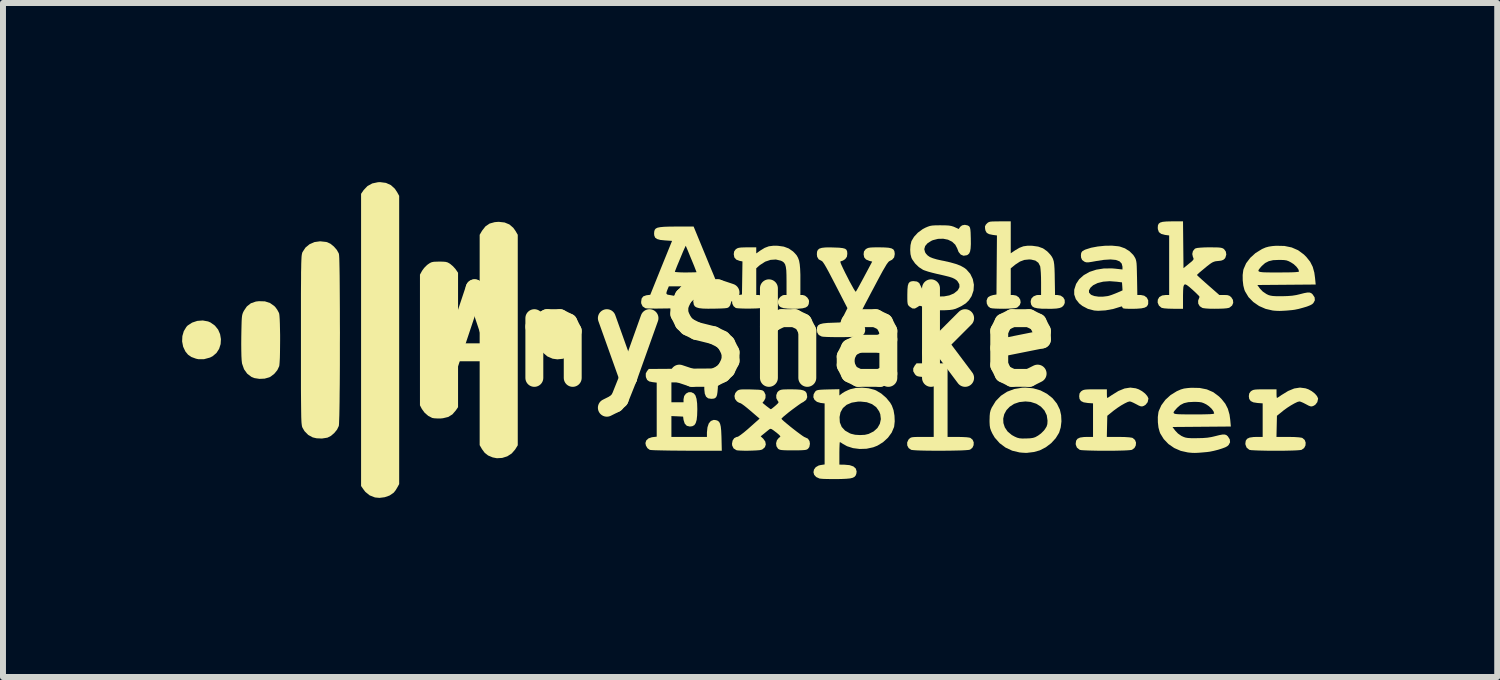
<source format=kicad_pcb>
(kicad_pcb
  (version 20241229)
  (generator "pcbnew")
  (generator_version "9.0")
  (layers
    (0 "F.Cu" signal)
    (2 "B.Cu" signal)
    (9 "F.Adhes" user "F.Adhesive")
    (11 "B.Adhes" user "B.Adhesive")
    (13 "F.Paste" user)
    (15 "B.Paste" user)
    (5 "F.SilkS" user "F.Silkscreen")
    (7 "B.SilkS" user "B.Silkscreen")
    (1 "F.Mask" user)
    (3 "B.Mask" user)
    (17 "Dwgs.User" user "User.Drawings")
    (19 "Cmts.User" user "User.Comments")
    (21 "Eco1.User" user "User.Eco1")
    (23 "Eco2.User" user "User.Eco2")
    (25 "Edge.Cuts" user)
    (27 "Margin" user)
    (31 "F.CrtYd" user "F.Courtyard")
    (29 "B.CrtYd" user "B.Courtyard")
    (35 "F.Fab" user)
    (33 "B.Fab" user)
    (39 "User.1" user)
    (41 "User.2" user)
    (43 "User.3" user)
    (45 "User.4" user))
  (footprint "AnyShake"
    (layer "F.Cu")
    (at 9.47 2.6)
    (property "Reference" "AnyShake" (at 0 0 0) (layer "F.SilkS") (effects (font (size 1.5 1.5) (thickness 0.3))))
    (attr board_only exclude_from_pos_files exclude_from_bom)
    (fp_poly (pts (xy -4.069 -1.924) (xy -3.989 -1.891) (xy -3.924 -1.835) (xy -3.889 -1.786) (xy -3.849 -1.718) (xy -3.849 0.045) (xy -3.849 1.807) (xy -3.893 1.878) (xy -3.95 1.944) (xy -4.024 1.992) (xy -4.11 2.019) (xy -4.199 2.024) (xy -4.27 2.01) (xy -4.346 1.978) (xy -4.403 1.933) (xy -4.448 1.872) (xy -4.487 1.805) (xy -4.487 0.043) (xy -4.487 -1.718) (xy -4.447 -1.786) (xy -4.391 -1.858) (xy -4.321 -1.906) (xy -4.234 -1.93) (xy -4.168 -1.935)) (stroke (width 0) (type solid)) (fill yes) (layer "F.SilkS"))
    (fp_poly (pts (xy -9.036 -0.267) (xy -8.994 -0.249) (xy -8.921 -0.197) (xy -8.867 -0.13) (xy -8.834 -0.053) (xy -8.82 0.029) (xy -8.825 0.112) (xy -8.85 0.191) (xy -8.894 0.26) (xy -8.958 0.315) (xy -9.003 0.338) (xy -9.102 0.365) (xy -9.2 0.365) (xy -9.237 0.357) (xy -9.314 0.329) (xy -9.371 0.29) (xy -9.416 0.235) (xy -9.453 0.156) (xy -9.47 0.068) (xy -9.466 -0.021) (xy -9.442 -0.104) (xy -9.399 -0.175) (xy -9.378 -0.198) (xy -9.303 -0.247) (xy -9.216 -0.276) (xy -9.124 -0.283)) (stroke (width 0) (type solid)) (fill yes) (layer "F.SilkS"))
    (fp_poly (pts (xy -6.056 -2.587) (xy -5.974 -2.55) (xy -5.907 -2.489) (xy -5.867 -2.428) (xy -5.835 -2.37) (xy -5.835 0.043) (xy -5.835 2.457) (xy -5.867 2.515) (xy -5.894 2.56) (xy -5.924 2.598) (xy -5.932 2.605) (xy -5.997 2.649) (xy -6.078 2.677) (xy -6.165 2.688) (xy -6.24 2.681) (xy -6.329 2.646) (xy -6.401 2.588) (xy -6.431 2.549) (xy -6.473 2.489) (xy -6.473 0.042) (xy -6.473 -2.404) (xy -6.43 -2.467) (xy -6.366 -2.534) (xy -6.286 -2.578) (xy -6.192 -2.598) (xy -6.155 -2.6)) (stroke (width 0) (type solid)) (fill yes) (layer "F.SilkS"))
    (fp_poly (pts (xy -3.057 -0.262) (xy -2.982 -0.224) (xy -2.918 -0.168) (xy -2.872 -0.094) (xy -2.862 -0.068) (xy -2.846 0.021) (xy -2.853 0.113) (xy -2.882 0.199) (xy -2.931 0.271) (xy -2.945 0.286) (xy -3.014 0.331) (xy -3.097 0.359) (xy -3.186 0.368) (xy -3.265 0.357) (xy -3.353 0.319) (xy -3.422 0.26) (xy -3.465 0.196) (xy -3.483 0.153) (xy -3.491 0.11) (xy -3.493 0.056) (xy -3.492 0.022) (xy -3.487 -0.04) (xy -3.477 -0.083) (xy -3.46 -0.121) (xy -3.443 -0.147) (xy -3.381 -0.212) (xy -3.307 -0.256) (xy -3.224 -0.278) (xy -3.14 -0.28)) (stroke (width 0) (type solid)) (fill yes) (layer "F.SilkS"))
    (fp_poly (pts (xy -5.099 -1.268) (xy -5.055 -1.264) (xy -5.023 -1.255) (xy -4.994 -1.239) (xy -4.979 -1.229) (xy -4.934 -1.191) (xy -4.894 -1.147) (xy -4.886 -1.136) (xy -4.849 -1.082) (xy -4.849 0.043) (xy -4.849 1.169) (xy -4.886 1.223) (xy -4.944 1.29) (xy -5.014 1.333) (xy -5.101 1.354) (xy -5.139 1.358) (xy -5.197 1.358) (xy -5.249 1.355) (xy -5.282 1.349) (xy -5.348 1.315) (xy -5.409 1.262) (xy -5.455 1.199) (xy -5.487 1.138) (xy -5.487 0.043) (xy -5.487 -1.051) (xy -5.451 -1.116) (xy -5.416 -1.164) (xy -5.37 -1.21) (xy -5.352 -1.224) (xy -5.319 -1.246) (xy -5.29 -1.259) (xy -5.255 -1.266) (xy -5.206 -1.268) (xy -5.162 -1.269)) (stroke (width 0) (type solid)) (fill yes) (layer "F.SilkS"))
    (fp_poly (pts (xy -8.083 -0.603) (xy -7.999 -0.576) (xy -7.929 -0.527) (xy -7.91 -0.508) (xy -7.877 -0.463) (xy -7.851 -0.415) (xy -7.844 -0.396) (xy -7.84 -0.364) (xy -7.836 -0.307) (xy -7.833 -0.232) (xy -7.831 -0.142) (xy -7.829 -0.043) (xy -7.829 0.059) (xy -7.83 0.162) (xy -7.831 0.258) (xy -7.833 0.344) (xy -7.837 0.414) (xy -7.841 0.463) (xy -7.844 0.482) (xy -7.875 0.548) (xy -7.925 0.609) (xy -7.987 0.657) (xy -8.01 0.669) (xy -8.088 0.691) (xy -8.175 0.695) (xy -8.259 0.682) (xy -8.309 0.662) (xy -8.38 0.608) (xy -8.433 0.534) (xy -8.466 0.44) (xy -8.468 0.428) (xy -8.473 0.383) (xy -8.477 0.312) (xy -8.479 0.22) (xy -8.48 0.11) (xy -8.479 -0.014) (xy -8.477 -0.125) (xy -8.475 -0.211) (xy -8.473 -0.276) (xy -8.47 -0.325) (xy -8.466 -0.361) (xy -8.46 -0.388) (xy -8.452 -0.412) (xy -8.441 -0.434) (xy -8.438 -0.442) (xy -8.386 -0.518) (xy -8.319 -0.571) (xy -8.235 -0.6) (xy -8.183 -0.606)) (stroke (width 0) (type solid)) (fill yes) (layer "F.SilkS"))
    (fp_poly (pts (xy 3.349 1.051) (xy 3.349 1.667) (xy 3.522 1.667) (xy 3.597 1.669) (xy 3.662 1.672) (xy 3.71 1.678) (xy 3.732 1.684) (xy 3.769 1.715) (xy 3.787 1.758) (xy 3.785 1.806) (xy 3.764 1.85) (xy 3.726 1.88) (xy 3.702 1.885) (xy 3.654 1.889) (xy 3.585 1.893) (xy 3.5 1.895) (xy 3.404 1.897) (xy 3.301 1.898) (xy 3.195 1.898) (xy 3.09 1.898) (xy 2.991 1.897) (xy 2.902 1.895) (xy 2.828 1.892) (xy 2.773 1.888) (xy 2.741 1.884) (xy 2.739 1.883) (xy 2.697 1.854) (xy 2.674 1.811) (xy 2.672 1.761) (xy 2.693 1.714) (xy 2.703 1.703) (xy 2.719 1.688) (xy 2.736 1.678) (xy 2.761 1.672) (xy 2.797 1.669) (xy 2.852 1.667) (xy 2.928 1.667) (xy 3.117 1.667) (xy 3.117 1.169) (xy 3.117 0.67) (xy 2.977 0.664) (xy 2.912 0.661) (xy 2.869 0.656) (xy 2.841 0.649) (xy 2.821 0.637) (xy 2.803 0.618) (xy 2.774 0.568) (xy 2.774 0.519) (xy 2.799 0.473) (xy 2.829 0.435) (xy 3.089 0.435) (xy 3.349 0.435)) (stroke (width 0) (type solid)) (fill yes) (layer "F.SilkS"))
    (fp_poly (pts (xy -7.058 -1.598) (xy -7.039 -1.593) (xy -6.984 -1.567) (xy -6.928 -1.521) (xy -6.88 -1.466) (xy -6.848 -1.409) (xy -6.844 -1.396) (xy -6.841 -1.371) (xy -6.838 -1.32) (xy -6.836 -1.245) (xy -6.834 -1.148) (xy -6.832 -1.032) (xy -6.831 -0.9) (xy -6.83 -0.753) (xy -6.829 -0.595) (xy -6.828 -0.428) (xy -6.828 -0.255) (xy -6.827 -0.077) (xy -6.828 0.103) (xy -6.828 0.281) (xy -6.828 0.457) (xy -6.829 0.626) (xy -6.83 0.788) (xy -6.832 0.938) (xy -6.833 1.076) (xy -6.835 1.197) (xy -6.837 1.301) (xy -6.84 1.384) (xy -6.842 1.444) (xy -6.845 1.478) (xy -6.846 1.484) (xy -6.875 1.544) (xy -6.922 1.602) (xy -6.978 1.65) (xy -7.035 1.679) (xy -7.039 1.68) (xy -7.128 1.694) (xy -7.219 1.69) (xy -7.283 1.675) (xy -7.358 1.634) (xy -7.42 1.571) (xy -7.453 1.515) (xy -7.458 1.504) (xy -7.462 1.492) (xy -7.465 1.475) (xy -7.468 1.453) (xy -7.471 1.423) (xy -7.473 1.384) (xy -7.475 1.334) (xy -7.476 1.271) (xy -7.477 1.194) (xy -7.478 1.101) (xy -7.479 0.99) (xy -7.48 0.859) (xy -7.48 0.706) (xy -7.48 0.531) (xy -7.48 0.33) (xy -7.48 0.102) (xy -7.48 0.043) (xy -7.48 -0.191) (xy -7.48 -0.398) (xy -7.48 -0.58) (xy -7.48 -0.738) (xy -7.479 -0.874) (xy -7.478 -0.99) (xy -7.478 -1.088) (xy -7.476 -1.168) (xy -7.475 -1.234) (xy -7.473 -1.287) (xy -7.471 -1.329) (xy -7.469 -1.36) (xy -7.466 -1.384) (xy -7.462 -1.402) (xy -7.459 -1.416) (xy -7.454 -1.427) (xy -7.454 -1.428) (xy -7.404 -1.504) (xy -7.336 -1.56) (xy -7.253 -1.596) (xy -7.159 -1.609)) (stroke (width 0) (type solid)) (fill yes) (layer "F.SilkS"))
    (fp_poly (pts (xy 4.783 0.853) (xy 4.905 0.888) (xy 5.014 0.945) (xy 5.107 1.019) (xy 5.18 1.109) (xy 5.23 1.211) (xy 5.251 1.304) (xy 5.256 1.407) (xy 5.244 1.508) (xy 5.217 1.596) (xy 5.216 1.598) (xy 5.16 1.689) (xy 5.084 1.772) (xy 4.993 1.841) (xy 4.894 1.892) (xy 4.794 1.92) (xy 4.785 1.921) (xy 4.736 1.927) (xy 4.693 1.932) (xy 4.683 1.934) (xy 4.649 1.934) (xy 4.599 1.931) (xy 4.555 1.927) (xy 4.432 1.898) (xy 4.319 1.845) (xy 4.22 1.771) (xy 4.139 1.679) (xy 4.099 1.611) (xy 4.076 1.561) (xy 4.062 1.52) (xy 4.055 1.476) (xy 4.052 1.419) (xy 4.052 1.385) (xy 4.053 1.36) (xy 4.281 1.36) (xy 4.284 1.435) (xy 4.308 1.508) (xy 4.354 1.576) (xy 4.424 1.635) (xy 4.473 1.662) (xy 4.514 1.68) (xy 4.553 1.69) (xy 4.599 1.694) (xy 4.664 1.693) (xy 4.669 1.693) (xy 4.735 1.69) (xy 4.781 1.683) (xy 4.818 1.671) (xy 4.856 1.65) (xy 4.865 1.645) (xy 4.915 1.608) (xy 4.961 1.562) (xy 4.979 1.539) (xy 5.007 1.494) (xy 5.02 1.452) (xy 5.023 1.396) (xy 5.023 1.394) (xy 5.01 1.304) (xy 4.972 1.225) (xy 4.912 1.16) (xy 4.834 1.111) (xy 4.74 1.081) (xy 4.653 1.073) (xy 4.55 1.084) (xy 4.462 1.114) (xy 4.39 1.161) (xy 4.335 1.219) (xy 4.298 1.287) (xy 4.281 1.36) (xy 4.053 1.36) (xy 4.054 1.315) (xy 4.059 1.264) (xy 4.07 1.22) (xy 4.089 1.175) (xy 4.09 1.174) (xy 4.156 1.066) (xy 4.242 0.978) (xy 4.346 0.91) (xy 4.466 0.865) (xy 4.599 0.843) (xy 4.654 0.841)) (stroke (width 0) (type solid)) (fill yes) (layer "F.SilkS"))
    (fp_poly (pts (xy 6.501 0.853) (xy 6.55 0.87) (xy 6.606 0.901) (xy 6.656 0.94) (xy 6.693 0.982) (xy 6.712 1.02) (xy 6.712 1.029) (xy 6.7 1.085) (xy 6.665 1.129) (xy 6.636 1.147) (xy 6.609 1.156) (xy 6.585 1.155) (xy 6.553 1.143) (xy 6.508 1.119) (xy 6.461 1.095) (xy 6.422 1.078) (xy 6.4 1.073) (xy 6.367 1.081) (xy 6.317 1.105) (xy 6.257 1.139) (xy 6.193 1.181) (xy 6.13 1.227) (xy 6.118 1.237) (xy 6.024 1.313) (xy 6.02 1.49) (xy 6.016 1.667) (xy 6.215 1.667) (xy 6.317 1.669) (xy 6.392 1.674) (xy 6.439 1.681) (xy 6.451 1.686) (xy 6.488 1.718) (xy 6.505 1.762) (xy 6.501 1.81) (xy 6.479 1.852) (xy 6.439 1.882) (xy 6.433 1.884) (xy 6.405 1.888) (xy 6.354 1.892) (xy 6.283 1.895) (xy 6.199 1.897) (xy 6.104 1.899) (xy 6.005 1.899) (xy 5.905 1.899) (xy 5.81 1.897) (xy 5.724 1.895) (xy 5.651 1.892) (xy 5.596 1.889) (xy 5.565 1.884) (xy 5.56 1.882) (xy 5.515 1.846) (xy 5.496 1.797) (xy 5.495 1.777) (xy 5.502 1.73) (xy 5.525 1.698) (xy 5.567 1.678) (xy 5.631 1.669) (xy 5.682 1.667) (xy 5.785 1.667) (xy 5.785 1.386) (xy 5.785 1.105) (xy 5.698 1.099) (xy 5.628 1.088) (xy 5.583 1.066) (xy 5.559 1.031) (xy 5.553 0.985) (xy 5.559 0.939) (xy 5.583 0.906) (xy 5.591 0.9) (xy 5.609 0.888) (xy 5.631 0.879) (xy 5.662 0.874) (xy 5.707 0.871) (xy 5.773 0.87) (xy 5.823 0.87) (xy 6.017 0.87) (xy 6.017 0.942) (xy 6.018 0.984) (xy 6.021 1.01) (xy 6.024 1.015) (xy 6.039 1.007) (xy 6.069 0.987) (xy 6.1 0.966) (xy 6.21 0.898) (xy 6.313 0.856) (xy 6.409 0.841)) (stroke (width 0) (type solid)) (fill yes) (layer "F.SilkS"))
    (fp_poly (pts (xy 9.343 0.853) (xy 9.392 0.87) (xy 9.448 0.901) (xy 9.498 0.94) (xy 9.535 0.982) (xy 9.553 1.02) (xy 9.554 1.029) (xy 9.541 1.085) (xy 9.507 1.129) (xy 9.477 1.147) (xy 9.451 1.156) (xy 9.426 1.155) (xy 9.395 1.143) (xy 9.35 1.119) (xy 9.303 1.095) (xy 9.263 1.078) (xy 9.242 1.073) (xy 9.209 1.081) (xy 9.159 1.105) (xy 9.099 1.139) (xy 9.034 1.181) (xy 8.971 1.227) (xy 8.96 1.237) (xy 8.865 1.313) (xy 8.861 1.49) (xy 8.857 1.667) (xy 9.057 1.667) (xy 9.158 1.669) (xy 9.233 1.674) (xy 9.281 1.681) (xy 9.293 1.686) (xy 9.33 1.718) (xy 9.346 1.762) (xy 9.343 1.81) (xy 9.321 1.852) (xy 9.28 1.882) (xy 9.275 1.884) (xy 9.247 1.888) (xy 9.195 1.892) (xy 9.125 1.895) (xy 9.04 1.897) (xy 8.946 1.899) (xy 8.847 1.899) (xy 8.747 1.899) (xy 8.652 1.897) (xy 8.565 1.895) (xy 8.493 1.892) (xy 8.438 1.889) (xy 8.406 1.884) (xy 8.401 1.882) (xy 8.357 1.846) (xy 8.338 1.797) (xy 8.336 1.777) (xy 8.343 1.73) (xy 8.366 1.698) (xy 8.408 1.678) (xy 8.473 1.669) (xy 8.524 1.667) (xy 8.626 1.667) (xy 8.626 1.386) (xy 8.626 1.105) (xy 8.54 1.099) (xy 8.47 1.088) (xy 8.425 1.066) (xy 8.401 1.031) (xy 8.394 0.985) (xy 8.401 0.939) (xy 8.425 0.906) (xy 8.432 0.9) (xy 8.451 0.888) (xy 8.473 0.879) (xy 8.503 0.874) (xy 8.549 0.871) (xy 8.615 0.87) (xy 8.664 0.87) (xy 8.858 0.87) (xy 8.858 0.942) (xy 8.859 0.984) (xy 8.863 1.01) (xy 8.865 1.015) (xy 8.88 1.007) (xy 8.911 0.987) (xy 8.941 0.966) (xy 9.052 0.898) (xy 9.154 0.856) (xy 9.251 0.841)) (stroke (width 0) (type solid)) (fill yes) (layer "F.SilkS"))
    (fp_poly (pts (xy -0.496 0.745) (xy -0.498 0.843) (xy -0.504 0.915) (xy -0.512 0.966) (xy -0.526 1) (xy -0.547 1.019) (xy -0.575 1.027) (xy -0.61 1.029) (xy -0.661 1.021) (xy -0.696 0.993) (xy -0.717 0.943) (xy -0.725 0.87) (xy -0.725 0.853) (xy -0.725 0.754) (xy -1 0.754) (xy -1.276 0.754) (xy -1.276 0.921) (xy -1.276 1.087) (xy -1.174 1.087) (xy -1.073 1.087) (xy -1.073 1.036) (xy -1.062 0.982) (xy -1.032 0.942) (xy -0.99 0.919) (xy -0.944 0.918) (xy -0.9 0.939) (xy -0.873 0.973) (xy -0.855 1.029) (xy -0.845 1.107) (xy -0.842 1.203) (xy -0.845 1.305) (xy -0.853 1.382) (xy -0.869 1.436) (xy -0.892 1.47) (xy -0.926 1.488) (xy -0.967 1.493) (xy -1.018 1.481) (xy -1.053 1.444) (xy -1.072 1.385) (xy -1.073 1.381) (xy -1.08 1.327) (xy -1.178 1.322) (xy -1.276 1.318) (xy -1.276 1.493) (xy -1.276 1.667) (xy -0.979 1.667) (xy -0.681 1.667) (xy -0.681 1.591) (xy -0.672 1.506) (xy -0.65 1.441) (xy -0.615 1.4) (xy -0.568 1.382) (xy -0.529 1.386) (xy -0.499 1.397) (xy -0.476 1.417) (xy -0.46 1.449) (xy -0.449 1.496) (xy -0.442 1.564) (xy -0.438 1.656) (xy -0.437 1.685) (xy -0.432 1.899) (xy -1.017 1.898) (xy -1.152 1.897) (xy -1.277 1.896) (xy -1.389 1.894) (xy -1.483 1.892) (xy -1.558 1.89) (xy -1.611 1.887) (xy -1.638 1.884) (xy -1.64 1.883) (xy -1.678 1.855) (xy -1.703 1.811) (xy -1.711 1.77) (xy -1.697 1.726) (xy -1.66 1.692) (xy -1.604 1.673) (xy -1.591 1.671) (xy -1.522 1.663) (xy -1.522 1.211) (xy -1.522 0.758) (xy -1.589 0.75) (xy -1.647 0.738) (xy -1.682 0.713) (xy -1.701 0.671) (xy -1.705 0.651) (xy -1.705 0.604) (xy -1.684 0.565) (xy -1.655 0.529) (xy -1.073 0.525) (xy -0.491 0.521)) (stroke (width 0) (type solid)) (fill yes) (layer "F.SilkS"))
    (fp_poly (pts (xy 0.506 -1.534) (xy 0.606 -1.52) (xy 0.689 -1.489) (xy 0.761 -1.439) (xy 0.789 -1.411) (xy 0.821 -1.375) (xy 0.844 -1.334) (xy 0.862 -1.286) (xy 0.873 -1.225) (xy 0.88 -1.148) (xy 0.884 -1.049) (xy 0.884 -0.961) (xy 0.884 -0.71) (xy 0.921 -0.71) (xy 0.962 -0.698) (xy 1 -0.667) (xy 1.025 -0.628) (xy 1.029 -0.604) (xy 1.024 -0.558) (xy 1.007 -0.524) (xy 0.974 -0.501) (xy 0.922 -0.487) (xy 0.847 -0.48) (xy 0.768 -0.478) (xy 0.673 -0.481) (xy 0.603 -0.489) (xy 0.555 -0.505) (xy 0.525 -0.53) (xy 0.511 -0.566) (xy 0.507 -0.604) (xy 0.52 -0.644) (xy 0.551 -0.681) (xy 0.591 -0.706) (xy 0.615 -0.71) (xy 0.652 -0.71) (xy 0.652 -0.943) (xy 0.651 -1.046) (xy 0.648 -1.124) (xy 0.64 -1.182) (xy 0.628 -1.223) (xy 0.609 -1.252) (xy 0.583 -1.272) (xy 0.558 -1.284) (xy 0.474 -1.304) (xy 0.384 -1.298) (xy 0.295 -1.268) (xy 0.211 -1.214) (xy 0.198 -1.204) (xy 0.145 -1.157) (xy 0.145 -0.934) (xy 0.145 -0.71) (xy 0.182 -0.71) (xy 0.229 -0.702) (xy 0.272 -0.681) (xy 0.293 -0.661) (xy 0.305 -0.623) (xy 0.302 -0.575) (xy 0.287 -0.531) (xy 0.274 -0.513) (xy 0.258 -0.502) (xy 0.237 -0.494) (xy 0.204 -0.489) (xy 0.156 -0.485) (xy 0.086 -0.483) (xy 0.038 -0.482) (xy -0.038 -0.482) (xy -0.107 -0.484) (xy -0.161 -0.487) (xy -0.194 -0.491) (xy -0.198 -0.492) (xy -0.235 -0.522) (xy -0.257 -0.566) (xy -0.26 -0.615) (xy -0.244 -0.66) (xy -0.232 -0.674) (xy -0.198 -0.694) (xy -0.153 -0.708) (xy -0.149 -0.709) (xy -0.094 -0.718) (xy -0.09 -0.995) (xy -0.086 -1.272) (xy -0.133 -1.281) (xy -0.189 -1.302) (xy -0.222 -1.339) (xy -0.232 -1.393) (xy -0.225 -1.439) (xy -0.202 -1.471) (xy -0.194 -1.478) (xy -0.172 -1.492) (xy -0.147 -1.5) (xy -0.109 -1.505) (xy -0.054 -1.507) (xy -0.005 -1.508) (xy 0.145 -1.508) (xy 0.145 -1.457) (xy 0.145 -1.406) (xy 0.214 -1.455) (xy 0.286 -1.499) (xy 0.355 -1.525) (xy 0.432 -1.535)) (stroke (width 0) (type solid)) (fill yes) (layer "F.SilkS"))
    (fp_poly (pts (xy 7.57 0.847) (xy 7.691 0.871) (xy 7.799 0.918) (xy 7.895 0.99) (xy 7.937 1.032) (xy 8 1.111) (xy 8.043 1.195) (xy 8.071 1.293) (xy 8.083 1.381) (xy 8.093 1.493) (xy 7.605 1.497) (xy 7.116 1.501) (xy 7.16 1.56) (xy 7.207 1.61) (xy 7.266 1.651) (xy 7.273 1.654) (xy 7.306 1.669) (xy 7.337 1.679) (xy 7.375 1.685) (xy 7.426 1.688) (xy 7.496 1.688) (xy 7.524 1.688) (xy 7.622 1.686) (xy 7.7 1.68) (xy 7.769 1.669) (xy 7.824 1.656) (xy 7.9 1.637) (xy 7.953 1.627) (xy 7.991 1.627) (xy 8.018 1.636) (xy 8.04 1.655) (xy 8.042 1.656) (xy 8.075 1.708) (xy 8.08 1.757) (xy 8.056 1.802) (xy 8.033 1.823) (xy 8 1.841) (xy 7.946 1.861) (xy 7.88 1.882) (xy 7.809 1.9) (xy 7.742 1.914) (xy 7.697 1.92) (xy 7.609 1.928) (xy 7.543 1.933) (xy 7.491 1.935) (xy 7.446 1.934) (xy 7.401 1.93) (xy 7.373 1.927) (xy 7.255 1.901) (xy 7.145 1.853) (xy 7.048 1.786) (xy 6.969 1.703) (xy 6.911 1.609) (xy 6.901 1.583) (xy 6.881 1.51) (xy 6.871 1.422) (xy 6.87 1.334) (xy 6.879 1.263) (xy 7.133 1.263) (xy 7.143 1.275) (xy 7.168 1.283) (xy 7.213 1.287) (xy 7.279 1.289) (xy 7.37 1.29) (xy 7.474 1.29) (xy 7.592 1.29) (xy 7.683 1.288) (xy 7.749 1.286) (xy 7.791 1.282) (xy 7.812 1.277) (xy 7.814 1.274) (xy 7.802 1.237) (xy 7.77 1.194) (xy 7.725 1.152) (xy 7.681 1.122) (xy 7.64 1.102) (xy 7.604 1.089) (xy 7.563 1.083) (xy 7.507 1.08) (xy 7.474 1.08) (xy 7.38 1.085) (xy 7.307 1.102) (xy 7.247 1.133) (xy 7.192 1.181) (xy 7.179 1.196) (xy 7.154 1.224) (xy 7.138 1.246) (xy 7.133 1.263) (xy 6.879 1.263) (xy 6.88 1.256) (xy 6.885 1.235) (xy 6.929 1.137) (xy 6.997 1.045) (xy 7.085 0.965) (xy 7.189 0.901) (xy 7.201 0.896) (xy 7.256 0.872) (xy 7.308 0.857) (xy 7.368 0.849) (xy 7.431 0.844)) (stroke (width 0) (type solid)) (fill yes) (layer "F.SilkS"))
    (fp_poly (pts (xy 8.991 -1.531) (xy 9.112 -1.506) (xy 9.22 -1.459) (xy 9.316 -1.388) (xy 9.358 -1.346) (xy 9.421 -1.267) (xy 9.464 -1.182) (xy 9.491 -1.085) (xy 9.503 -0.997) (xy 9.514 -0.885) (xy 9.025 -0.881) (xy 8.537 -0.877) (xy 8.58 -0.817) (xy 8.628 -0.767) (xy 8.687 -0.727) (xy 8.694 -0.723) (xy 8.726 -0.708) (xy 8.758 -0.699) (xy 8.796 -0.693) (xy 8.847 -0.69) (xy 8.917 -0.689) (xy 8.945 -0.689) (xy 9.042 -0.692) (xy 9.121 -0.698) (xy 9.19 -0.709) (xy 9.245 -0.722) (xy 9.32 -0.741) (xy 9.374 -0.751) (xy 9.412 -0.751) (xy 9.439 -0.741) (xy 9.461 -0.722) (xy 9.462 -0.721) (xy 9.496 -0.67) (xy 9.5 -0.621) (xy 9.476 -0.576) (xy 9.454 -0.555) (xy 9.42 -0.537) (xy 9.367 -0.516) (xy 9.3 -0.496) (xy 9.23 -0.477) (xy 9.163 -0.463) (xy 9.118 -0.457) (xy 9.03 -0.449) (xy 8.964 -0.445) (xy 8.912 -0.443) (xy 8.867 -0.444) (xy 8.822 -0.447) (xy 8.794 -0.45) (xy 8.676 -0.477) (xy 8.566 -0.525) (xy 8.469 -0.592) (xy 8.389 -0.674) (xy 8.332 -0.769) (xy 8.321 -0.794) (xy 8.302 -0.868) (xy 8.292 -0.955) (xy 8.291 -1.044) (xy 8.3 -1.115) (xy 8.554 -1.115) (xy 8.563 -1.103) (xy 8.589 -1.095) (xy 8.634 -1.09) (xy 8.7 -1.088) (xy 8.79 -1.087) (xy 8.894 -1.087) (xy 9.013 -1.088) (xy 9.104 -1.089) (xy 9.17 -1.092) (xy 9.212 -1.096) (xy 9.232 -1.101) (xy 9.235 -1.104) (xy 9.223 -1.141) (xy 9.191 -1.184) (xy 9.146 -1.226) (xy 9.101 -1.255) (xy 9.061 -1.276) (xy 9.025 -1.289) (xy 8.984 -1.295) (xy 8.928 -1.297) (xy 8.894 -1.297) (xy 8.801 -1.293) (xy 8.728 -1.276) (xy 8.667 -1.245) (xy 8.612 -1.196) (xy 8.599 -1.182) (xy 8.575 -1.153) (xy 8.559 -1.131) (xy 8.554 -1.115) (xy 8.3 -1.115) (xy 8.301 -1.122) (xy 8.306 -1.143) (xy 8.349 -1.241) (xy 8.418 -1.332) (xy 8.506 -1.412) (xy 8.61 -1.476) (xy 8.621 -1.482) (xy 8.677 -1.506) (xy 8.729 -1.52) (xy 8.788 -1.529) (xy 8.852 -1.534)) (stroke (width 0) (type solid)) (fill yes) (layer "F.SilkS"))
    (fp_poly (pts (xy 6.206 -1.526) (xy 6.234 -1.521) (xy 6.319 -1.491) (xy 6.397 -1.442) (xy 6.459 -1.38) (xy 6.48 -1.348) (xy 6.493 -1.325) (xy 6.502 -1.302) (xy 6.509 -1.274) (xy 6.514 -1.239) (xy 6.517 -1.189) (xy 6.519 -1.122) (xy 6.521 -1.032) (xy 6.522 -0.997) (xy 6.527 -0.71) (xy 6.584 -0.71) (xy 6.642 -0.698) (xy 6.686 -0.666) (xy 6.709 -0.62) (xy 6.709 -0.564) (xy 6.703 -0.544) (xy 6.685 -0.517) (xy 6.65 -0.498) (xy 6.596 -0.486) (xy 6.519 -0.48) (xy 6.445 -0.478) (xy 6.372 -0.479) (xy 6.324 -0.481) (xy 6.295 -0.485) (xy 6.281 -0.492) (xy 6.278 -0.502) (xy 6.278 -0.502) (xy 6.269 -0.518) (xy 6.255 -0.516) (xy 6.125 -0.476) (xy 5.994 -0.452) (xy 5.87 -0.445) (xy 5.804 -0.45) (xy 5.7 -0.477) (xy 5.607 -0.526) (xy 5.553 -0.569) (xy 5.497 -0.64) (xy 5.47 -0.718) (xy 5.47 -0.787) (xy 5.717 -0.787) (xy 5.718 -0.75) (xy 5.747 -0.718) (xy 5.759 -0.71) (xy 5.808 -0.692) (xy 5.876 -0.682) (xy 5.952 -0.682) (xy 6.027 -0.691) (xy 6.053 -0.697) (xy 6.099 -0.712) (xy 6.156 -0.734) (xy 6.195 -0.75) (xy 6.279 -0.787) (xy 6.275 -0.854) (xy 6.27 -0.921) (xy 6.183 -0.932) (xy 6.063 -0.941) (xy 5.955 -0.933) (xy 5.862 -0.91) (xy 5.787 -0.873) (xy 5.742 -0.832) (xy 5.717 -0.787) (xy 5.47 -0.787) (xy 5.471 -0.801) (xy 5.5 -0.891) (xy 5.5 -0.893) (xy 5.554 -0.975) (xy 5.631 -1.043) (xy 5.727 -1.097) (xy 5.84 -1.134) (xy 5.967 -1.154) (xy 6.103 -1.155) (xy 6.152 -1.151) (xy 6.278 -1.137) (xy 6.278 -1.184) (xy 6.265 -1.236) (xy 6.228 -1.274) (xy 6.165 -1.297) (xy 6.078 -1.305) (xy 5.966 -1.298) (xy 5.83 -1.277) (xy 5.827 -1.276) (xy 5.759 -1.264) (xy 5.712 -1.257) (xy 5.68 -1.256) (xy 5.657 -1.261) (xy 5.64 -1.268) (xy 5.602 -1.296) (xy 5.585 -1.336) (xy 5.582 -1.375) (xy 5.587 -1.415) (xy 5.606 -1.443) (xy 5.646 -1.466) (xy 5.658 -1.471) (xy 5.752 -1.501) (xy 5.864 -1.522) (xy 5.983 -1.534) (xy 6.101 -1.536)) (stroke (width 0) (type solid)) (fill yes) (layer "F.SilkS"))
    (fp_poly (pts (xy 4.407 -1.675) (xy 4.407 -1.408) (xy 4.479 -1.457) (xy 4.552 -1.5) (xy 4.618 -1.525) (xy 4.689 -1.535) (xy 4.768 -1.534) (xy 4.867 -1.52) (xy 4.947 -1.491) (xy 5.015 -1.443) (xy 5.04 -1.418) (xy 5.072 -1.383) (xy 5.096 -1.35) (xy 5.114 -1.315) (xy 5.127 -1.274) (xy 5.135 -1.221) (xy 5.14 -1.151) (xy 5.143 -1.061) (xy 5.144 -0.989) (xy 5.149 -0.71) (xy 5.184 -0.71) (xy 5.241 -0.7) (xy 5.285 -0.671) (xy 5.31 -0.629) (xy 5.312 -0.581) (xy 5.304 -0.556) (xy 5.286 -0.527) (xy 5.261 -0.506) (xy 5.226 -0.492) (xy 5.174 -0.483) (xy 5.102 -0.479) (xy 5.026 -0.479) (xy 4.927 -0.48) (xy 4.853 -0.487) (xy 4.801 -0.499) (xy 4.768 -0.519) (xy 4.749 -0.549) (xy 4.741 -0.589) (xy 4.741 -0.609) (xy 4.754 -0.652) (xy 4.789 -0.687) (xy 4.838 -0.707) (xy 4.866 -0.71) (xy 4.915 -0.71) (xy 4.915 -0.924) (xy 4.914 -1.005) (xy 4.911 -1.08) (xy 4.906 -1.142) (xy 4.901 -1.185) (xy 4.899 -1.193) (xy 4.87 -1.249) (xy 4.82 -1.286) (xy 4.748 -1.303) (xy 4.715 -1.305) (xy 4.635 -1.297) (xy 4.562 -1.27) (xy 4.488 -1.222) (xy 4.472 -1.209) (xy 4.407 -1.156) (xy 4.407 -0.933) (xy 4.407 -0.71) (xy 4.443 -0.71) (xy 4.499 -0.7) (xy 4.541 -0.671) (xy 4.566 -0.631) (xy 4.573 -0.586) (xy 4.559 -0.542) (xy 4.522 -0.505) (xy 4.509 -0.497) (xy 4.48 -0.49) (xy 4.429 -0.485) (xy 4.363 -0.481) (xy 4.29 -0.479) (xy 4.217 -0.48) (xy 4.15 -0.482) (xy 4.097 -0.486) (xy 4.064 -0.493) (xy 4.064 -0.493) (xy 4.027 -0.522) (xy 4.006 -0.566) (xy 4.002 -0.615) (xy 4.018 -0.659) (xy 4.03 -0.674) (xy 4.064 -0.694) (xy 4.109 -0.708) (xy 4.114 -0.709) (xy 4.168 -0.718) (xy 4.172 -1.213) (xy 4.176 -1.707) (xy 4.106 -1.716) (xy 4.044 -1.729) (xy 4.006 -1.75) (xy 3.985 -1.785) (xy 3.978 -1.815) (xy 3.975 -1.856) (xy 3.989 -1.887) (xy 4.006 -1.905) (xy 4.023 -1.921) (xy 4.041 -1.931) (xy 4.065 -1.938) (xy 4.101 -1.941) (xy 4.155 -1.942) (xy 4.225 -1.943) (xy 4.407 -1.943)) (stroke (width 0) (type solid)) (fill yes) (layer "F.SilkS"))
    (fp_poly (pts (xy 2.024 0.852) (xy 2.121 0.877) (xy 2.15 0.888) (xy 2.239 0.941) (xy 2.321 1.012) (xy 2.387 1.092) (xy 2.416 1.142) (xy 2.444 1.219) (xy 2.46 1.312) (xy 2.464 1.406) (xy 2.455 1.49) (xy 2.452 1.503) (xy 2.413 1.595) (xy 2.35 1.681) (xy 2.268 1.756) (xy 2.173 1.814) (xy 2.104 1.841) (xy 1.993 1.865) (xy 1.878 1.869) (xy 1.766 1.855) (xy 1.666 1.823) (xy 1.596 1.784) (xy 1.566 1.764) (xy 1.547 1.754) (xy 1.545 1.754) (xy 1.542 1.768) (xy 1.54 1.805) (xy 1.538 1.86) (xy 1.537 1.929) (xy 1.537 1.943) (xy 1.537 2.131) (xy 1.62 2.132) (xy 1.709 2.14) (xy 1.773 2.162) (xy 1.812 2.197) (xy 1.826 2.246) (xy 1.821 2.284) (xy 1.81 2.313) (xy 1.791 2.335) (xy 1.762 2.351) (xy 1.717 2.362) (xy 1.653 2.368) (xy 1.567 2.372) (xy 1.494 2.373) (xy 1.409 2.373) (xy 1.331 2.372) (xy 1.266 2.37) (xy 1.22 2.366) (xy 1.204 2.364) (xy 1.149 2.339) (xy 1.115 2.302) (xy 1.103 2.258) (xy 1.112 2.214) (xy 1.141 2.174) (xy 1.19 2.146) (xy 1.225 2.138) (xy 1.29 2.128) (xy 1.29 1.617) (xy 1.29 1.335) (xy 1.54 1.335) (xy 1.545 1.424) (xy 1.576 1.5) (xy 1.632 1.561) (xy 1.713 1.607) (xy 1.734 1.615) (xy 1.801 1.631) (xy 1.883 1.636) (xy 1.963 1.632) (xy 2.027 1.617) (xy 2.111 1.575) (xy 2.175 1.517) (xy 2.215 1.447) (xy 2.232 1.369) (xy 2.222 1.287) (xy 2.203 1.239) (xy 2.154 1.169) (xy 2.084 1.118) (xy 1.996 1.086) (xy 1.891 1.075) (xy 1.848 1.076) (xy 1.744 1.093) (xy 1.659 1.129) (xy 1.596 1.184) (xy 1.556 1.255) (xy 1.54 1.335) (xy 1.29 1.335) (xy 1.29 1.106) (xy 1.222 1.098) (xy 1.162 1.08) (xy 1.121 1.047) (xy 1.101 1.003) (xy 1.106 0.953) (xy 1.13 0.911) (xy 1.143 0.897) (xy 1.158 0.888) (xy 1.183 0.881) (xy 1.221 0.877) (xy 1.277 0.874) (xy 1.347 0.872) (xy 1.537 0.868) (xy 1.537 0.92) (xy 1.537 0.973) (xy 1.586 0.935) (xy 1.628 0.909) (xy 1.683 0.883) (xy 1.72 0.868) (xy 1.813 0.847) (xy 1.918 0.842)) (stroke (width 0) (type solid)) (fill yes) (layer "F.SilkS"))
    (fp_poly (pts (xy 7.296 -1.551) (xy 7.3 -1.159) (xy 7.389 -1.232) (xy 7.434 -1.268) (xy 7.459 -1.293) (xy 7.469 -1.31) (xy 7.467 -1.327) (xy 7.458 -1.346) (xy 7.447 -1.396) (xy 7.458 -1.445) (xy 7.489 -1.483) (xy 7.504 -1.491) (xy 7.534 -1.498) (xy 7.588 -1.503) (xy 7.66 -1.507) (xy 7.741 -1.508) (xy 7.822 -1.507) (xy 7.88 -1.506) (xy 7.92 -1.502) (xy 7.947 -1.496) (xy 7.966 -1.487) (xy 7.979 -1.478) (xy 8.009 -1.437) (xy 8.017 -1.387) (xy 8.002 -1.336) (xy 7.991 -1.319) (xy 7.966 -1.298) (xy 7.93 -1.285) (xy 7.878 -1.279) (xy 7.84 -1.275) (xy 7.81 -1.267) (xy 7.779 -1.253) (xy 7.743 -1.229) (xy 7.695 -1.192) (xy 7.659 -1.162) (xy 7.607 -1.119) (xy 7.564 -1.083) (xy 7.536 -1.057) (xy 7.526 -1.045) (xy 7.526 -1.045) (xy 7.536 -1.033) (xy 7.565 -1.006) (xy 7.609 -0.966) (xy 7.664 -0.917) (xy 7.714 -0.873) (xy 7.9 -0.71) (xy 7.981 -0.71) (xy 8.033 -0.708) (xy 8.067 -0.698) (xy 8.095 -0.677) (xy 8.098 -0.675) (xy 8.128 -0.628) (xy 8.133 -0.578) (xy 8.114 -0.533) (xy 8.073 -0.5) (xy 8.059 -0.494) (xy 8.022 -0.487) (xy 7.964 -0.482) (xy 7.893 -0.48) (xy 7.816 -0.479) (xy 7.741 -0.48) (xy 7.676 -0.484) (xy 7.629 -0.49) (xy 7.615 -0.494) (xy 7.572 -0.522) (xy 7.547 -0.565) (xy 7.545 -0.613) (xy 7.551 -0.632) (xy 7.564 -0.663) (xy 7.568 -0.681) (xy 7.558 -0.695) (xy 7.53 -0.723) (xy 7.49 -0.762) (xy 7.452 -0.797) (xy 7.396 -0.846) (xy 7.355 -0.877) (xy 7.327 -0.889) (xy 7.309 -0.878) (xy 7.298 -0.845) (xy 7.294 -0.786) (xy 7.292 -0.701) (xy 7.292 -0.672) (xy 7.292 -0.478) (xy 7.129 -0.479) (xy 7.044 -0.481) (xy 6.978 -0.486) (xy 6.937 -0.494) (xy 6.93 -0.497) (xy 6.888 -0.533) (xy 6.867 -0.584) (xy 6.87 -0.632) (xy 6.895 -0.675) (xy 6.943 -0.702) (xy 7.006 -0.71) (xy 7.06 -0.71) (xy 7.06 -1.209) (xy 7.06 -1.707) (xy 6.99 -1.716) (xy 6.927 -1.733) (xy 6.888 -1.763) (xy 6.871 -1.811) (xy 6.869 -1.836) (xy 6.872 -1.876) (xy 6.885 -1.904) (xy 6.91 -1.923) (xy 6.952 -1.935) (xy 7.015 -1.941) (xy 7.103 -1.943) (xy 7.113 -1.943) (xy 7.292 -1.943)) (stroke (width 0) (type solid)) (fill yes) (layer "F.SilkS"))
    (fp_poly (pts (xy 2.294 -1.506) (xy 2.363 -1.501) (xy 2.411 -1.49) (xy 2.442 -1.472) (xy 2.458 -1.444) (xy 2.464 -1.406) (xy 2.464 -1.39) (xy 2.454 -1.339) (xy 2.421 -1.301) (xy 2.377 -1.278) (xy 2.365 -1.27) (xy 2.349 -1.251) (xy 2.327 -1.221) (xy 2.3 -1.175) (xy 2.264 -1.114) (xy 2.22 -1.033) (xy 2.166 -0.932) (xy 2.1 -0.807) (xy 2.075 -0.761) (xy 2.017 -0.65) (xy 1.963 -0.548) (xy 1.916 -0.456) (xy 1.876 -0.378) (xy 1.845 -0.317) (xy 1.824 -0.275) (xy 1.815 -0.255) (xy 1.815 -0.254) (xy 1.83 -0.248) (xy 1.864 -0.237) (xy 1.884 -0.23) (xy 1.939 -0.203) (xy 1.967 -0.163) (xy 1.969 -0.11) (xy 1.966 -0.096) (xy 1.957 -0.069) (xy 1.942 -0.048) (xy 1.919 -0.032) (xy 1.883 -0.02) (xy 1.831 -0.013) (xy 1.76 -0.008) (xy 1.665 -0.005) (xy 1.581 -0.004) (xy 1.488 -0.004) (xy 1.403 -0.005) (xy 1.33 -0.007) (xy 1.275 -0.01) (xy 1.243 -0.014) (xy 1.24 -0.015) (xy 1.192 -0.04) (xy 1.167 -0.08) (xy 1.16 -0.133) (xy 1.164 -0.172) (xy 1.181 -0.201) (xy 1.213 -0.221) (xy 1.264 -0.234) (xy 1.338 -0.242) (xy 1.395 -0.244) (xy 1.553 -0.25) (xy 1.612 -0.369) (xy 1.672 -0.489) (xy 1.47 -0.882) (xy 1.409 -0.999) (xy 1.36 -1.093) (xy 1.32 -1.166) (xy 1.29 -1.218) (xy 1.266 -1.254) (xy 1.249 -1.275) (xy 1.237 -1.282) (xy 1.19 -1.307) (xy 1.165 -1.35) (xy 1.16 -1.392) (xy 1.163 -1.434) (xy 1.176 -1.464) (xy 1.201 -1.486) (xy 1.242 -1.499) (xy 1.303 -1.506) (xy 1.387 -1.507) (xy 1.448 -1.505) (xy 1.533 -1.502) (xy 1.593 -1.495) (xy 1.633 -1.484) (xy 1.656 -1.466) (xy 1.667 -1.439) (xy 1.67 -1.4) (xy 1.67 -1.398) (xy 1.663 -1.35) (xy 1.638 -1.315) (xy 1.632 -1.309) (xy 1.597 -1.286) (xy 1.566 -1.276) (xy 1.564 -1.276) (xy 1.556 -1.273) (xy 1.554 -1.262) (xy 1.56 -1.24) (xy 1.575 -1.205) (xy 1.6 -1.152) (xy 1.636 -1.078) (xy 1.669 -1.014) (xy 1.709 -0.935) (xy 1.746 -0.868) (xy 1.776 -0.814) (xy 1.799 -0.778) (xy 1.811 -0.764) (xy 1.812 -0.764) (xy 1.822 -0.78) (xy 1.844 -0.817) (xy 1.874 -0.872) (xy 1.911 -0.94) (xy 1.952 -1.016) (xy 1.955 -1.022) (xy 2.087 -1.269) (xy 2.04 -1.281) (xy 1.984 -1.304) (xy 1.953 -1.339) (xy 1.943 -1.39) (xy 1.943 -1.393) (xy 1.949 -1.439) (xy 1.973 -1.471) (xy 1.981 -1.478) (xy 2 -1.49) (xy 2.023 -1.499) (xy 2.055 -1.504) (xy 2.103 -1.507) (xy 2.172 -1.508) (xy 2.199 -1.508)) (stroke (width 0) (type solid)) (fill yes) (layer "F.SilkS"))
    (fp_poly (pts (xy -0.762 -1.511) (xy -0.693 -1.344) (xy -0.635 -1.202) (xy -0.585 -1.083) (xy -0.544 -0.984) (xy -0.511 -0.904) (xy -0.484 -0.841) (xy -0.463 -0.793) (xy -0.447 -0.758) (xy -0.434 -0.734) (xy -0.425 -0.719) (xy -0.417 -0.711) (xy -0.411 -0.708) (xy -0.405 -0.709) (xy -0.398 -0.71) (xy -0.392 -0.71) (xy -0.352 -0.701) (xy -0.314 -0.68) (xy -0.283 -0.64) (xy -0.276 -0.589) (xy -0.291 -0.538) (xy -0.303 -0.52) (xy -0.315 -0.507) (xy -0.329 -0.497) (xy -0.351 -0.491) (xy -0.385 -0.487) (xy -0.436 -0.484) (xy -0.508 -0.482) (xy -0.553 -0.481) (xy -0.663 -0.48) (xy -0.747 -0.482) (xy -0.81 -0.489) (xy -0.853 -0.501) (xy -0.882 -0.518) (xy -0.898 -0.542) (xy -0.9 -0.545) (xy -0.911 -0.606) (xy -0.897 -0.656) (xy -0.859 -0.691) (xy -0.802 -0.709) (xy -0.776 -0.71) (xy -0.736 -0.712) (xy -0.716 -0.721) (xy -0.715 -0.744) (xy -0.729 -0.785) (xy -0.734 -0.797) (xy -0.757 -0.855) (xy -1.038 -0.855) (xy -1.319 -0.855) (xy -1.341 -0.803) (xy -1.358 -0.756) (xy -1.359 -0.729) (xy -1.339 -0.715) (xy -1.296 -0.708) (xy -1.289 -0.707) (xy -1.23 -0.696) (xy -1.193 -0.675) (xy -1.172 -0.638) (xy -1.166 -0.615) (xy -1.165 -0.576) (xy -1.183 -0.541) (xy -1.193 -0.528) (xy -1.23 -0.486) (xy -1.459 -0.483) (xy -1.539 -0.482) (xy -1.61 -0.483) (xy -1.666 -0.484) (xy -1.702 -0.487) (xy -1.711 -0.488) (xy -1.758 -0.519) (xy -1.781 -0.567) (xy -1.783 -0.594) (xy -1.775 -0.65) (xy -1.748 -0.686) (xy -1.699 -0.704) (xy -1.688 -0.706) (xy -1.63 -0.713) (xy -1.475 -1.098) (xy -1.218 -1.098) (xy -1.204 -1.094) (xy -1.167 -1.091) (xy -1.112 -1.088) (xy -1.044 -1.087) (xy -1.037 -1.087) (xy -0.968 -1.088) (xy -0.911 -1.089) (xy -0.872 -1.09) (xy -0.856 -1.092) (xy -0.855 -1.093) (xy -0.861 -1.107) (xy -0.875 -1.143) (xy -0.895 -1.195) (xy -0.92 -1.256) (xy -0.948 -1.323) (xy -0.975 -1.389) (xy -0.999 -1.448) (xy -1.019 -1.495) (xy -1.032 -1.526) (xy -1.036 -1.534) (xy -1.042 -1.522) (xy -1.057 -1.49) (xy -1.079 -1.441) (xy -1.104 -1.381) (xy -1.131 -1.316) (xy -1.158 -1.251) (xy -1.183 -1.191) (xy -1.202 -1.142) (xy -1.215 -1.109) (xy -1.218 -1.098) (xy -1.475 -1.098) (xy -1.448 -1.165) (xy -1.265 -1.616) (xy -1.385 -1.624) (xy -1.463 -1.632) (xy -1.516 -1.647) (xy -1.548 -1.67) (xy -1.563 -1.706) (xy -1.566 -1.738) (xy -1.563 -1.774) (xy -1.555 -1.801) (xy -1.538 -1.822) (xy -1.508 -1.837) (xy -1.462 -1.846) (xy -1.398 -1.852) (xy -1.311 -1.855) (xy -1.199 -1.856) (xy -1.183 -1.856) (xy -0.904 -1.856)) (stroke (width 0) (type solid)) (fill yes) (layer "F.SilkS"))
    (fp_poly (pts (xy 3.685 -1.875) (xy 3.705 -1.864) (xy 3.717 -1.852) (xy 3.725 -1.834) (xy 3.731 -1.804) (xy 3.735 -1.758) (xy 3.737 -1.689) (xy 3.738 -1.66) (xy 3.739 -1.563) (xy 3.735 -1.49) (xy 3.726 -1.439) (xy 3.71 -1.404) (xy 3.686 -1.383) (xy 3.672 -1.376) (xy 3.617 -1.367) (xy 3.57 -1.386) (xy 3.533 -1.431) (xy 3.511 -1.489) (xy 3.478 -1.552) (xy 3.425 -1.602) (xy 3.356 -1.636) (xy 3.276 -1.652) (xy 3.19 -1.65) (xy 3.103 -1.628) (xy 3.078 -1.617) (xy 3.014 -1.577) (xy 2.974 -1.53) (xy 2.959 -1.478) (xy 2.972 -1.426) (xy 2.988 -1.401) (xy 3.016 -1.371) (xy 3.052 -1.346) (xy 3.101 -1.326) (xy 3.168 -1.306) (xy 3.257 -1.286) (xy 3.275 -1.283) (xy 3.395 -1.256) (xy 3.49 -1.229) (xy 3.566 -1.2) (xy 3.627 -1.166) (xy 3.664 -1.138) (xy 3.729 -1.064) (xy 3.771 -0.977) (xy 3.79 -0.882) (xy 3.784 -0.785) (xy 3.752 -0.692) (xy 3.747 -0.684) (xy 3.706 -0.621) (xy 3.653 -0.569) (xy 3.582 -0.524) (xy 3.526 -0.497) (xy 3.482 -0.478) (xy 3.438 -0.466) (xy 3.387 -0.459) (xy 3.319 -0.455) (xy 3.291 -0.454) (xy 3.201 -0.454) (xy 3.124 -0.46) (xy 3.066 -0.469) (xy 3.066 -0.469) (xy 3.01 -0.486) (xy 2.955 -0.505) (xy 2.938 -0.512) (xy 2.901 -0.526) (xy 2.878 -0.528) (xy 2.856 -0.515) (xy 2.845 -0.507) (xy 2.802 -0.483) (xy 2.761 -0.484) (xy 2.717 -0.512) (xy 2.716 -0.513) (xy 2.698 -0.529) (xy 2.686 -0.546) (xy 2.68 -0.568) (xy 2.676 -0.603) (xy 2.675 -0.656) (xy 2.675 -0.715) (xy 2.677 -0.802) (xy 2.683 -0.864) (xy 2.696 -0.905) (xy 2.718 -0.93) (xy 2.75 -0.94) (xy 2.78 -0.942) (xy 2.837 -0.935) (xy 2.875 -0.909) (xy 2.899 -0.861) (xy 2.902 -0.854) (xy 2.93 -0.797) (xy 2.98 -0.751) (xy 3.053 -0.716) (xy 3.094 -0.703) (xy 3.191 -0.685) (xy 3.288 -0.686) (xy 3.378 -0.703) (xy 3.456 -0.736) (xy 3.515 -0.784) (xy 3.522 -0.792) (xy 3.548 -0.841) (xy 3.546 -0.889) (xy 3.516 -0.94) (xy 3.515 -0.941) (xy 3.493 -0.962) (xy 3.466 -0.98) (xy 3.428 -0.998) (xy 3.375 -1.015) (xy 3.303 -1.033) (xy 3.209 -1.055) (xy 3.167 -1.064) (xy 3.094 -1.082) (xy 3.024 -1.101) (xy 2.967 -1.12) (xy 2.939 -1.131) (xy 2.869 -1.176) (xy 2.805 -1.238) (xy 2.756 -1.308) (xy 2.744 -1.332) (xy 2.728 -1.393) (xy 2.723 -1.468) (xy 2.728 -1.544) (xy 2.743 -1.607) (xy 2.744 -1.612) (xy 2.788 -1.685) (xy 2.852 -1.754) (xy 2.931 -1.812) (xy 2.976 -1.836) (xy 3.018 -1.854) (xy 3.054 -1.866) (xy 3.094 -1.873) (xy 3.144 -1.876) (xy 3.212 -1.877) (xy 3.233 -1.877) (xy 3.311 -1.876) (xy 3.368 -1.873) (xy 3.41 -1.866) (xy 3.447 -1.855) (xy 3.468 -1.846) (xy 3.536 -1.815) (xy 3.559 -1.85) (xy 3.592 -1.876) (xy 3.638 -1.885)) (stroke (width 0) (type solid)) (fill yes) (layer "F.SilkS"))
    (fp_poly (pts (xy 0.73 0.87) (xy 0.822 0.872) (xy 0.889 0.877) (xy 0.935 0.888) (xy 0.966 0.904) (xy 0.985 0.929) (xy 0.991 0.944) (xy 0.999 1.001) (xy 0.98 1.047) (xy 0.934 1.082) (xy 0.924 1.087) (xy 0.896 1.103) (xy 0.854 1.132) (xy 0.803 1.169) (xy 0.746 1.211) (xy 0.69 1.254) (xy 0.64 1.295) (xy 0.599 1.329) (xy 0.573 1.354) (xy 0.567 1.363) (xy 0.578 1.377) (xy 0.607 1.404) (xy 0.651 1.441) (xy 0.704 1.485) (xy 0.762 1.531) (xy 0.82 1.576) (xy 0.874 1.616) (xy 0.918 1.648) (xy 0.949 1.668) (xy 0.959 1.672) (xy 1.01 1.696) (xy 1.037 1.736) (xy 1.044 1.782) (xy 1.034 1.836) (xy 1.013 1.864) (xy 0.999 1.875) (xy 0.979 1.883) (xy 0.95 1.887) (xy 0.906 1.89) (xy 0.843 1.892) (xy 0.761 1.892) (xy 0.675 1.892) (xy 0.613 1.89) (xy 0.57 1.887) (xy 0.542 1.882) (xy 0.523 1.874) (xy 0.509 1.864) (xy 0.483 1.823) (xy 0.477 1.773) (xy 0.491 1.723) (xy 0.523 1.683) (xy 0.539 1.672) (xy 0.549 1.663) (xy 0.543 1.649) (xy 0.521 1.626) (xy 0.478 1.59) (xy 0.477 1.59) (xy 0.431 1.555) (xy 0.402 1.536) (xy 0.382 1.531) (xy 0.367 1.538) (xy 0.365 1.539) (xy 0.34 1.559) (xy 0.303 1.589) (xy 0.28 1.608) (xy 0.219 1.657) (xy 0.262 1.697) (xy 0.296 1.744) (xy 0.305 1.794) (xy 0.29 1.839) (xy 0.251 1.874) (xy 0.23 1.883) (xy 0.199 1.889) (xy 0.148 1.893) (xy 0.082 1.896) (xy 0.01 1.898) (xy -0.06 1.898) (xy -0.122 1.896) (xy -0.168 1.893) (xy -0.188 1.889) (xy -0.235 1.859) (xy -0.258 1.812) (xy -0.261 1.781) (xy -0.251 1.728) (xy -0.224 1.688) (xy -0.185 1.668) (xy -0.173 1.667) (xy -0.152 1.658) (xy -0.113 1.631) (xy -0.061 1.591) (xy 0.001 1.539) (xy 0.029 1.514) (xy 0.201 1.361) (xy 0.05 1.231) (xy -0.006 1.184) (xy -0.056 1.144) (xy -0.095 1.116) (xy -0.118 1.102) (xy -0.121 1.102) (xy -0.146 1.093) (xy -0.178 1.073) (xy -0.179 1.072) (xy -0.211 1.031) (xy -0.22 0.981) (xy -0.206 0.932) (xy -0.178 0.899) (xy -0.16 0.886) (xy -0.14 0.878) (xy -0.112 0.873) (xy -0.071 0.871) (xy -0.011 0.871) (xy 0.055 0.872) (xy 0.134 0.875) (xy 0.189 0.877) (xy 0.226 0.882) (xy 0.249 0.888) (xy 0.264 0.898) (xy 0.277 0.911) (xy 0.301 0.962) (xy 0.299 1.017) (xy 0.277 1.061) (xy 0.249 1.096) (xy 0.315 1.15) (xy 0.352 1.178) (xy 0.379 1.198) (xy 0.39 1.203) (xy 0.405 1.194) (xy 0.434 1.171) (xy 0.464 1.146) (xy 0.499 1.114) (xy 0.516 1.094) (xy 0.517 1.08) (xy 0.505 1.063) (xy 0.504 1.062) (xy 0.481 1.018) (xy 0.48 0.967) (xy 0.498 0.92) (xy 0.517 0.9) (xy 0.536 0.887) (xy 0.559 0.878) (xy 0.592 0.873) (xy 0.641 0.871) (xy 0.711 0.87)) (stroke (width 0) (type solid)) (fill yes) (layer "F.SilkS")))
  (gr_rect
    (start -3 -3)
    (end 22.024 8.288)
    (stroke (width 0.1) (type default))
    (fill no)
    (layer "Edge.Cuts")))
</source>
